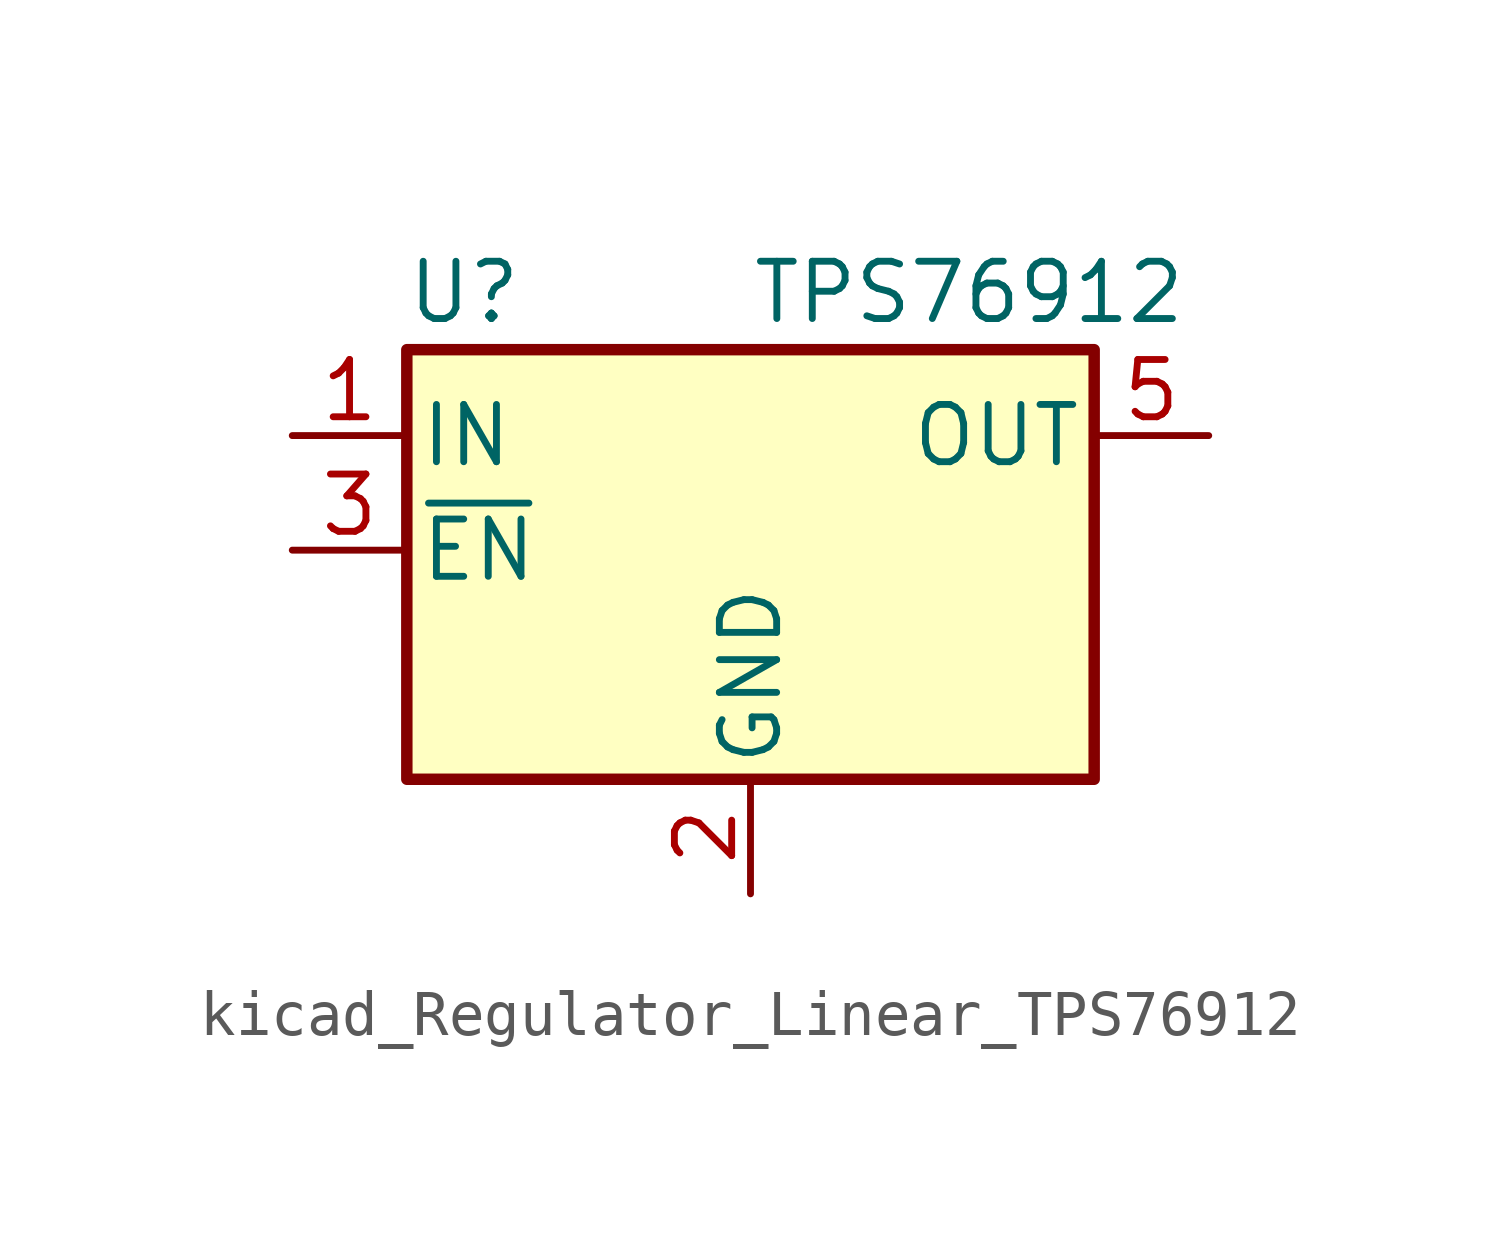
<source format=kicad_sym>
(kicad_symbol_lib
  (version 20220914)
  (generator kicad_symbol_editor)
  (symbol "kicad_Regulator_Linear_TPS76912"
    (pin_names
      (offset 0.254))
    (property "Reference" "U"
      (at -6.35 5.715 0)
      (effects (font (size 1.27 1.27))))
    (property "Value" "TPS76912"
      (at 0 5.715 0)
      (effects (font (size 1.27 1.27)) (justify left)))
    (symbol "kicad_Regulator_Linear_TPS76912_0_1"
      (rectangle (start -7.62 4.445) (end 7.62 -5.08) (stroke (width 0.254) (type default)) (fill (type background))))
    (symbol "kicad_Regulator_Linear_TPS76912_1_1"
      (pin power_in line (at -10.16 2.54 0) (length 2.54) (name "IN" (effects (font (size 1.27 1.27)))) (number "1" (effects (font (size 1.27 1.27)))))
      (pin power_in line (at 0 -7.62 90) (length 2.54) (name "GND" (effects (font (size 1.27 1.27)))) (number "2" (effects (font (size 1.27 1.27)))))
      (pin input line (at -10.16 0 0) (length 2.54) (name "~{EN}" (effects (font (size 1.27 1.27)))) (number "3" (effects (font (size 1.27 1.27)))))
      (pin no_connect line (at 7.62 0 180) (length 2.54) hide (name "NC" (effects (font (size 1.27 1.27)))) (number "4" (effects (font (size 1.27 1.27)))))
      (pin power_out line (at 10.16 2.54 180) (length 2.54) (name "OUT" (effects (font (size 1.27 1.27)))) (number "5" (effects (font (size 1.27 1.27))))))))
</source>
